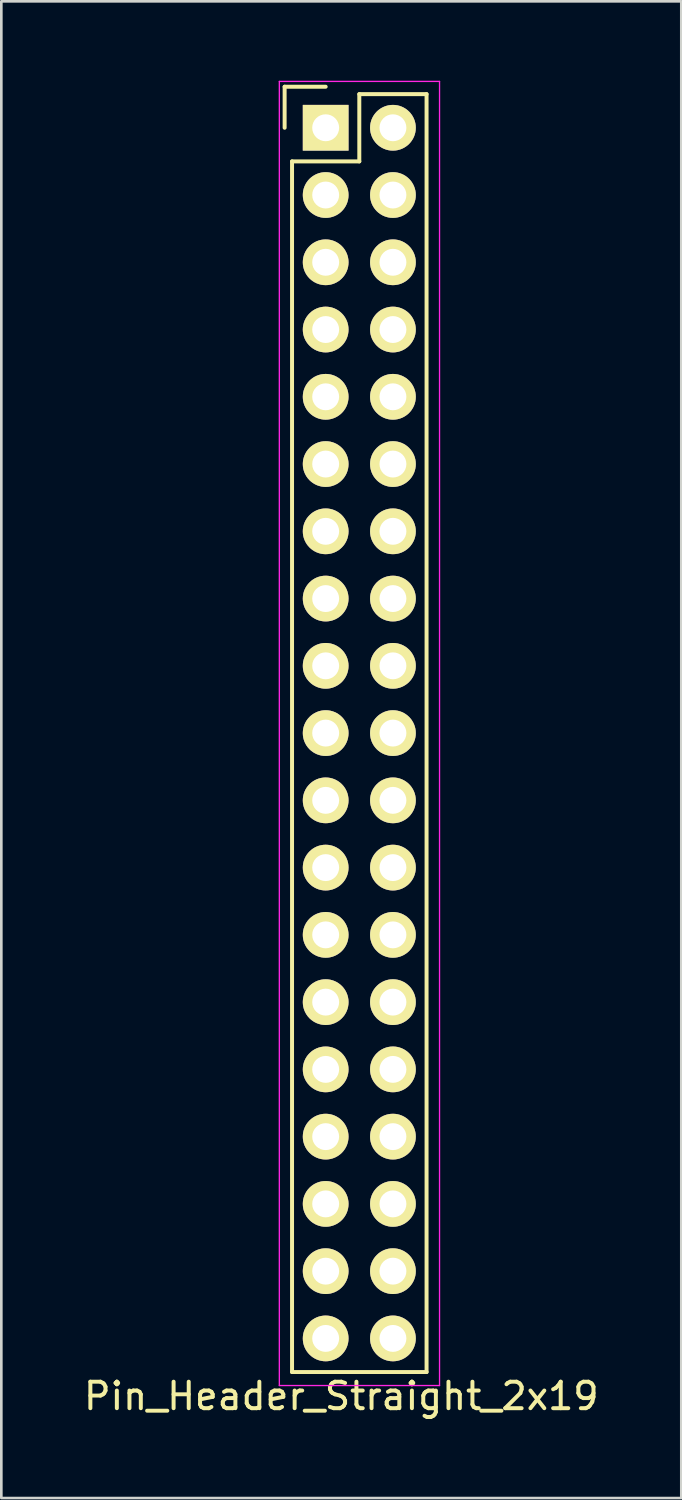
<source format=kicad_pcb>
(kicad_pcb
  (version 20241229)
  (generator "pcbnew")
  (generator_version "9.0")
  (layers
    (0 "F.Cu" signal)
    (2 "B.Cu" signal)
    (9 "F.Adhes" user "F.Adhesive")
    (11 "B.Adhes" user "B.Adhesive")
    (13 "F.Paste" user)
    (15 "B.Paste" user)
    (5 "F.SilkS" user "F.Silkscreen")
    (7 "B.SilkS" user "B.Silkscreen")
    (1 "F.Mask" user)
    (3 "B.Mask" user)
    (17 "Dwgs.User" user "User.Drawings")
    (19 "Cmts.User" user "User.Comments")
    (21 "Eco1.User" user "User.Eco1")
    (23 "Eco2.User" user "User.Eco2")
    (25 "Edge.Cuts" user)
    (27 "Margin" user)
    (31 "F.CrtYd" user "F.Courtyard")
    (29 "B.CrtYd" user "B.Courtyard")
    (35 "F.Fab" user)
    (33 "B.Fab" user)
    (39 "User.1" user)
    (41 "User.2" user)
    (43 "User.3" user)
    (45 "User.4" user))
  (footprint "Pin_Header_Straight_2x19"
    (layer "F.Cu")
    (at 9.249 1.775)
    (property "Reference" "Pin_Header_Straight_2x19" (at 0.59 47.9 0) (layer "F.SilkS") (effects (font (size 1 1) (thickness 0.15))))
    (attr through_hole)
    (fp_line (start -1.55 -1.55) (end -1.55 0) (stroke (width 0.15) (type solid)) (layer "F.SilkS"))
    (fp_line (start -1.27 46.99) (end -1.27 1.27) (stroke (width 0.15) (type solid)) (layer "F.SilkS"))
    (fp_line (start 0 -1.55) (end -1.55 -1.55) (stroke (width 0.15) (type solid)) (layer "F.SilkS"))
    (fp_line (start 1.27 -1.27) (end 1.27 1.27) (stroke (width 0.15) (type solid)) (layer "F.SilkS"))
    (fp_line (start 1.27 1.27) (end -1.27 1.27) (stroke (width 0.15) (type solid)) (layer "F.SilkS"))
    (fp_line (start 3.81 -1.27) (end 1.27 -1.27) (stroke (width 0.15) (type solid)) (layer "F.SilkS"))
    (fp_line (start 3.81 -1.27) (end 3.81 46.99) (stroke (width 0.15) (type solid)) (layer "F.SilkS"))
    (fp_line (start 3.81 46.99) (end -1.27 46.99) (stroke (width 0.15) (type solid)) (layer "F.SilkS"))
    (fp_line (start -1.75 -1.75) (end -1.75 47.5) (stroke (width 0.05) (type solid)) (layer "F.CrtYd"))
    (fp_line (start -1.75 -1.75) (end 4.3 -1.75) (stroke (width 0.05) (type solid)) (layer "F.CrtYd"))
    (fp_line (start -1.75 47.5) (end 4.3 47.5) (stroke (width 0.05) (type solid)) (layer "F.CrtYd"))
    (fp_line (start 4.3 -1.75) (end 4.3 47.5) (stroke (width 0.05) (type solid)) (layer "F.CrtYd"))
    (pad "1" thru_hole rect (at 0 0) (size 1.727 1.727) (drill 1.016) (layers "*.Cu" "*.Mask" "F.SilkS"))
    (pad "2" thru_hole oval (at 2.54 0) (size 1.727 1.727) (drill 1.016) (layers "*.Cu" "*.Mask" "F.SilkS"))
    (pad "3" thru_hole oval (at 0 2.54) (size 1.727 1.727) (drill 1.016) (layers "*.Cu" "*.Mask" "F.SilkS"))
    (pad "4" thru_hole oval (at 2.54 2.54) (size 1.727 1.727) (drill 1.016) (layers "*.Cu" "*.Mask" "F.SilkS"))
    (pad "5" thru_hole oval (at 0 5.08) (size 1.727 1.727) (drill 1.016) (layers "*.Cu" "*.Mask" "F.SilkS"))
    (pad "6" thru_hole oval (at 2.54 5.08) (size 1.727 1.727) (drill 1.016) (layers "*.Cu" "*.Mask" "F.SilkS"))
    (pad "7" thru_hole oval (at 0 7.62) (size 1.727 1.727) (drill 1.016) (layers "*.Cu" "*.Mask" "F.SilkS"))
    (pad "8" thru_hole oval (at 2.54 7.62) (size 1.727 1.727) (drill 1.016) (layers "*.Cu" "*.Mask" "F.SilkS"))
    (pad "9" thru_hole oval (at 0 10.16) (size 1.727 1.727) (drill 1.016) (layers "*.Cu" "*.Mask" "F.SilkS"))
    (pad "10" thru_hole oval (at 2.54 10.16) (size 1.727 1.727) (drill 1.016) (layers "*.Cu" "*.Mask" "F.SilkS"))
    (pad "11" thru_hole oval (at 0 12.7) (size 1.727 1.727) (drill 1.016) (layers "*.Cu" "*.Mask" "F.SilkS"))
    (pad "12" thru_hole oval (at 2.54 12.7) (size 1.727 1.727) (drill 1.016) (layers "*.Cu" "*.Mask" "F.SilkS"))
    (pad "13" thru_hole oval (at 0 15.24) (size 1.727 1.727) (drill 1.016) (layers "*.Cu" "*.Mask" "F.SilkS"))
    (pad "14" thru_hole oval (at 2.54 15.24) (size 1.727 1.727) (drill 1.016) (layers "*.Cu" "*.Mask" "F.SilkS"))
    (pad "15" thru_hole oval (at 0 17.78) (size 1.727 1.727) (drill 1.016) (layers "*.Cu" "*.Mask" "F.SilkS"))
    (pad "16" thru_hole oval (at 2.54 17.78) (size 1.727 1.727) (drill 1.016) (layers "*.Cu" "*.Mask" "F.SilkS"))
    (pad "17" thru_hole oval (at 0 20.32) (size 1.727 1.727) (drill 1.016) (layers "*.Cu" "*.Mask" "F.SilkS"))
    (pad "18" thru_hole oval (at 2.54 20.32) (size 1.727 1.727) (drill 1.016) (layers "*.Cu" "*.Mask" "F.SilkS"))
    (pad "19" thru_hole oval (at 0 22.86) (size 1.727 1.727) (drill 1.016) (layers "*.Cu" "*.Mask" "F.SilkS"))
    (pad "20" thru_hole oval (at 2.54 22.86) (size 1.727 1.727) (drill 1.016) (layers "*.Cu" "*.Mask" "F.SilkS"))
    (pad "21" thru_hole oval (at 0 25.4) (size 1.727 1.727) (drill 1.016) (layers "*.Cu" "*.Mask" "F.SilkS"))
    (pad "22" thru_hole oval (at 2.54 25.4) (size 1.727 1.727) (drill 1.016) (layers "*.Cu" "*.Mask" "F.SilkS"))
    (pad "23" thru_hole oval (at 0 27.94) (size 1.727 1.727) (drill 1.016) (layers "*.Cu" "*.Mask" "F.SilkS"))
    (pad "24" thru_hole oval (at 2.54 27.94) (size 1.727 1.727) (drill 1.016) (layers "*.Cu" "*.Mask" "F.SilkS"))
    (pad "25" thru_hole oval (at 0 30.48) (size 1.727 1.727) (drill 1.016) (layers "*.Cu" "*.Mask" "F.SilkS"))
    (pad "26" thru_hole oval (at 2.54 30.48) (size 1.727 1.727) (drill 1.016) (layers "*.Cu" "*.Mask" "F.SilkS"))
    (pad "27" thru_hole oval (at 0 33.02) (size 1.727 1.727) (drill 1.016) (layers "*.Cu" "*.Mask" "F.SilkS"))
    (pad "28" thru_hole oval (at 2.54 33.02) (size 1.727 1.727) (drill 1.016) (layers "*.Cu" "*.Mask" "F.SilkS"))
    (pad "29" thru_hole oval (at 0 35.56) (size 1.727 1.727) (drill 1.016) (layers "*.Cu" "*.Mask" "F.SilkS"))
    (pad "30" thru_hole oval (at 2.54 35.56) (size 1.727 1.727) (drill 1.016) (layers "*.Cu" "*.Mask" "F.SilkS"))
    (pad "31" thru_hole oval (at 0 38.1) (size 1.727 1.727) (drill 1.016) (layers "*.Cu" "*.Mask" "F.SilkS"))
    (pad "32" thru_hole oval (at 2.54 38.1) (size 1.727 1.727) (drill 1.016) (layers "*.Cu" "*.Mask" "F.SilkS"))
    (pad "33" thru_hole oval (at 0 40.64) (size 1.727 1.727) (drill 1.016) (layers "*.Cu" "*.Mask" "F.SilkS"))
    (pad "34" thru_hole oval (at 2.54 40.64) (size 1.727 1.727) (drill 1.016) (layers "*.Cu" "*.Mask" "F.SilkS"))
    (pad "35" thru_hole oval (at 0 43.18) (size 1.727 1.727) (drill 1.016) (layers "*.Cu" "*.Mask" "F.SilkS"))
    (pad "36" thru_hole oval (at 2.54 43.18) (size 1.727 1.727) (drill 1.016) (layers "*.Cu" "*.Mask" "F.SilkS"))
    (pad "37" thru_hole oval (at 0 45.72) (size 1.727 1.727) (drill 1.016) (layers "*.Cu" "*.Mask" "F.SilkS"))
    (pad "38" thru_hole oval (at 2.54 45.72) (size 1.727 1.727) (drill 1.016) (layers "*.Cu" "*.Mask" "F.SilkS")))
  (gr_rect
    (start -3 -3)
    (end 22.679 53.523)
    (stroke (width 0.1) (type default))
    (fill no)
    (layer "Edge.Cuts")))
</source>
